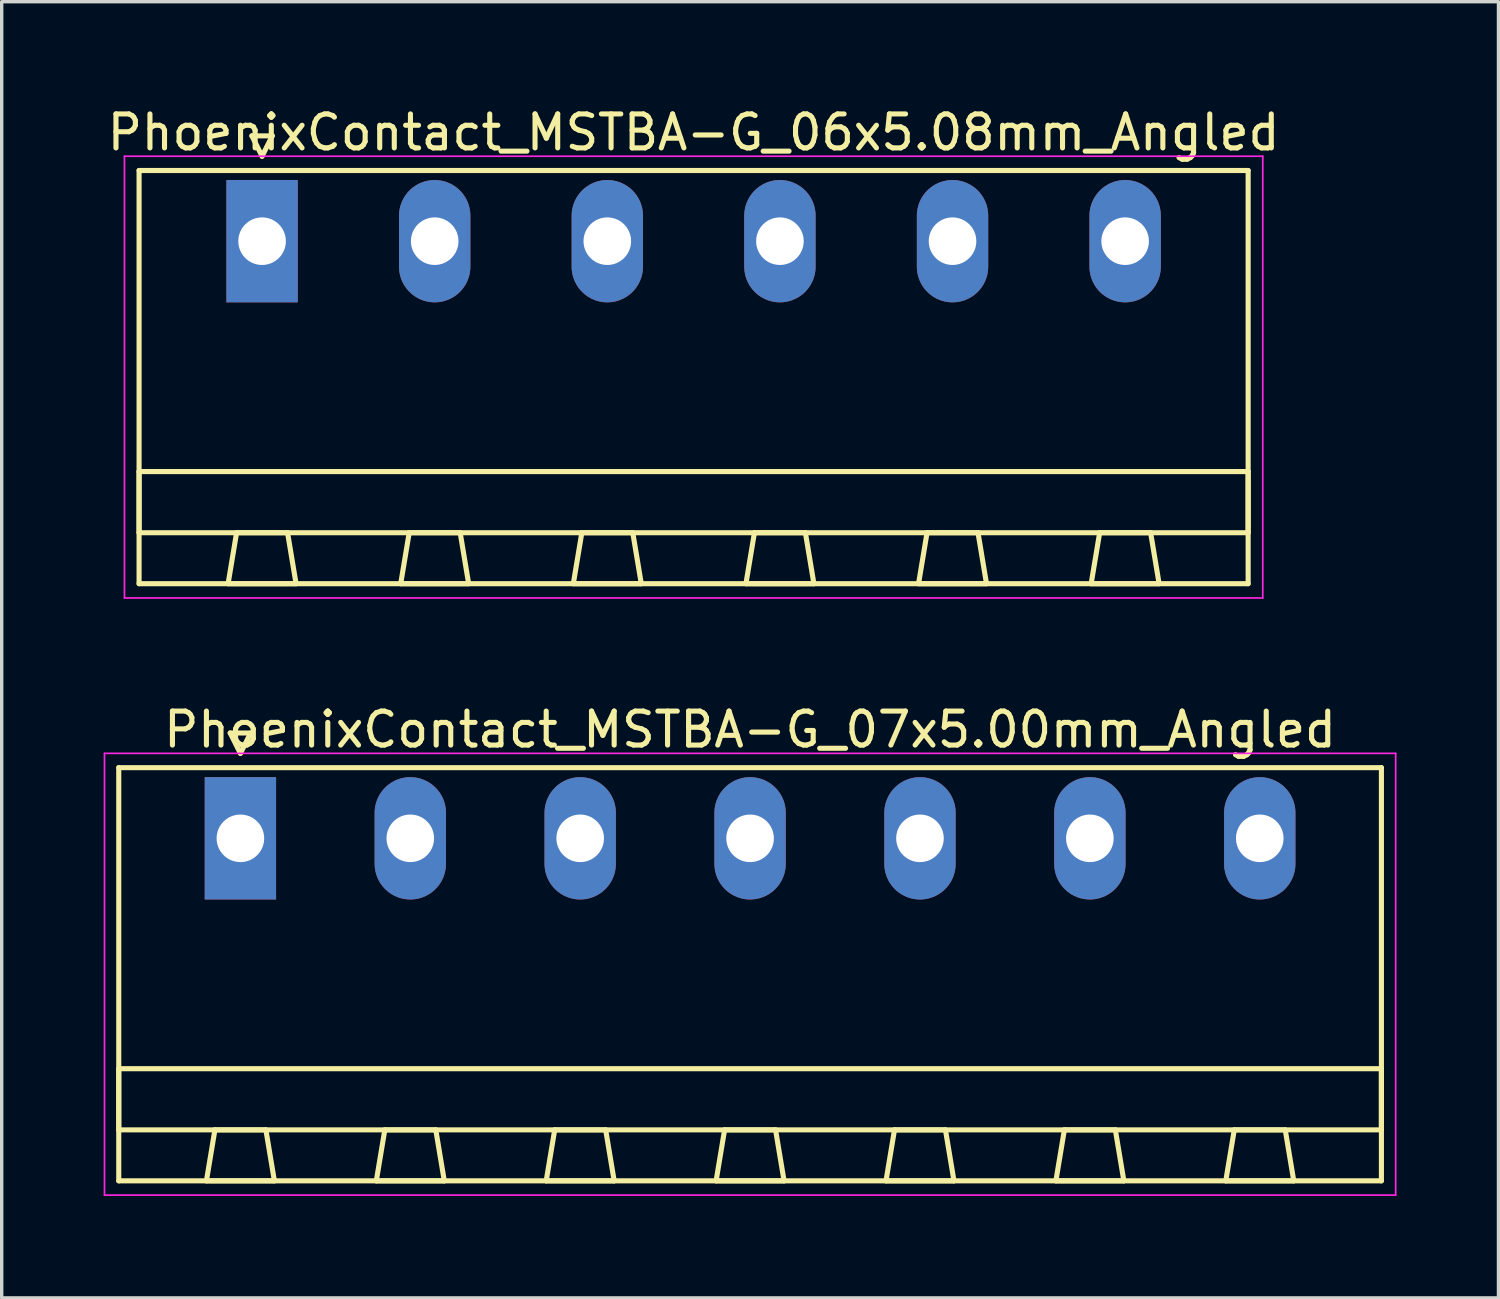
<source format=kicad_pcb>
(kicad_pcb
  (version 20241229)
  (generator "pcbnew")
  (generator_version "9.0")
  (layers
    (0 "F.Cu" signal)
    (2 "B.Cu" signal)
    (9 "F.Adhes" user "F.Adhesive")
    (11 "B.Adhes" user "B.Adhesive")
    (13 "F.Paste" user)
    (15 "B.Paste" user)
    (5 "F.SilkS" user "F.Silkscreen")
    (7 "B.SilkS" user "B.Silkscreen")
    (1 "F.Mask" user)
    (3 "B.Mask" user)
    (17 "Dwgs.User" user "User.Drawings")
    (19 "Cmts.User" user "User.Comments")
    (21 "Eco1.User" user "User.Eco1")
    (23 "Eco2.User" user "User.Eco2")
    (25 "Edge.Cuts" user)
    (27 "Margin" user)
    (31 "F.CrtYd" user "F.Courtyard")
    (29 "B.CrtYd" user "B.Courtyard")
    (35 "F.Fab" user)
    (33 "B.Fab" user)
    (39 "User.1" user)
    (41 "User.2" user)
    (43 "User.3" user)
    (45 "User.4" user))
  (footprint "PhoenixContact_MSTBA-G_07x5.00mm_Angled"
    (layer "F.Cu")
    (at 4.025 21.622)
    (property "Reference" "PhoenixContact_MSTBA-G_07x5.00mm_Angled" (at 15 -3.2 0) (layer "F.SilkS") (effects (font (size 1 1) (thickness 0.15))))
    (attr through_hole)
    (fp_line (start -3.58 -2.08) (end -3.58 10.08) (stroke (width 0.15) (type solid)) (layer "F.SilkS"))
    (fp_line (start -3.58 6.78) (end 33.58 6.78) (stroke (width 0.15) (type solid)) (layer "F.SilkS"))
    (fp_line (start -3.58 8.58) (end -3.58 6.78) (stroke (width 0.15) (type solid)) (layer "F.SilkS"))
    (fp_line (start -3.58 10.08) (end 33.58 10.08) (stroke (width 0.15) (type solid)) (layer "F.SilkS"))
    (fp_line (start -1 10.08) (end 1 10.08) (stroke (width 0.15) (type solid)) (layer "F.SilkS"))
    (fp_line (start -0.75 8.58) (end -1 10.08) (stroke (width 0.15) (type solid)) (layer "F.SilkS"))
    (fp_line (start -0.3 -3.1) (end 0 -2.5) (stroke (width 0.15) (type solid)) (layer "F.SilkS"))
    (fp_line (start 0 -2.5) (end 0.3 -3.1) (stroke (width 0.15) (type solid)) (layer "F.SilkS"))
    (fp_line (start 0.3 -3.1) (end -0.3 -3.1) (stroke (width 0.15) (type solid)) (layer "F.SilkS"))
    (fp_line (start 0.75 8.58) (end -0.75 8.58) (stroke (width 0.15) (type solid)) (layer "F.SilkS"))
    (fp_line (start 1 10.08) (end 0.75 8.58) (stroke (width 0.15) (type solid)) (layer "F.SilkS"))
    (fp_line (start 4 10.08) (end 6 10.08) (stroke (width 0.15) (type solid)) (layer "F.SilkS"))
    (fp_line (start 4.25 8.58) (end 4 10.08) (stroke (width 0.15) (type solid)) (layer "F.SilkS"))
    (fp_line (start 5.75 8.58) (end 4.25 8.58) (stroke (width 0.15) (type solid)) (layer "F.SilkS"))
    (fp_line (start 6 10.08) (end 5.75 8.58) (stroke (width 0.15) (type solid)) (layer "F.SilkS"))
    (fp_line (start 9 10.08) (end 11 10.08) (stroke (width 0.15) (type solid)) (layer "F.SilkS"))
    (fp_line (start 9.25 8.58) (end 9 10.08) (stroke (width 0.15) (type solid)) (layer "F.SilkS"))
    (fp_line (start 10.75 8.58) (end 9.25 8.58) (stroke (width 0.15) (type solid)) (layer "F.SilkS"))
    (fp_line (start 11 10.08) (end 10.75 8.58) (stroke (width 0.15) (type solid)) (layer "F.SilkS"))
    (fp_line (start 14 10.08) (end 16 10.08) (stroke (width 0.15) (type solid)) (layer "F.SilkS"))
    (fp_line (start 14.25 8.58) (end 14 10.08) (stroke (width 0.15) (type solid)) (layer "F.SilkS"))
    (fp_line (start 15.75 8.58) (end 14.25 8.58) (stroke (width 0.15) (type solid)) (layer "F.SilkS"))
    (fp_line (start 16 10.08) (end 15.75 8.58) (stroke (width 0.15) (type solid)) (layer "F.SilkS"))
    (fp_line (start 19 10.08) (end 21 10.08) (stroke (width 0.15) (type solid)) (layer "F.SilkS"))
    (fp_line (start 19.25 8.58) (end 19 10.08) (stroke (width 0.15) (type solid)) (layer "F.SilkS"))
    (fp_line (start 20.75 8.58) (end 19.25 8.58) (stroke (width 0.15) (type solid)) (layer "F.SilkS"))
    (fp_line (start 21 10.08) (end 20.75 8.58) (stroke (width 0.15) (type solid)) (layer "F.SilkS"))
    (fp_line (start 24 10.08) (end 26 10.08) (stroke (width 0.15) (type solid)) (layer "F.SilkS"))
    (fp_line (start 24.25 8.58) (end 24 10.08) (stroke (width 0.15) (type solid)) (layer "F.SilkS"))
    (fp_line (start 25.75 8.58) (end 24.25 8.58) (stroke (width 0.15) (type solid)) (layer "F.SilkS"))
    (fp_line (start 26 10.08) (end 25.75 8.58) (stroke (width 0.15) (type solid)) (layer "F.SilkS"))
    (fp_line (start 29 10.08) (end 31 10.08) (stroke (width 0.15) (type solid)) (layer "F.SilkS"))
    (fp_line (start 29.25 8.58) (end 29 10.08) (stroke (width 0.15) (type solid)) (layer "F.SilkS"))
    (fp_line (start 30.75 8.58) (end 29.25 8.58) (stroke (width 0.15) (type solid)) (layer "F.SilkS"))
    (fp_line (start 31 10.08) (end 30.75 8.58) (stroke (width 0.15) (type solid)) (layer "F.SilkS"))
    (fp_line (start 33.58 -2.08) (end -3.58 -2.08) (stroke (width 0.15) (type solid)) (layer "F.SilkS"))
    (fp_line (start 33.58 6.78) (end 33.58 8.58) (stroke (width 0.15) (type solid)) (layer "F.SilkS"))
    (fp_line (start 33.58 8.58) (end -3.58 8.58) (stroke (width 0.15) (type solid)) (layer "F.SilkS"))
    (fp_line (start 33.58 10.08) (end 33.58 -2.08) (stroke (width 0.15) (type solid)) (layer "F.SilkS"))
    (fp_line (start -4 -2.5) (end -4 10.5) (stroke (width 0.05) (type solid)) (layer "F.CrtYd"))
    (fp_line (start -4 10.5) (end 34 10.5) (stroke (width 0.05) (type solid)) (layer "F.CrtYd"))
    (fp_line (start 34 -2.5) (end -4 -2.5) (stroke (width 0.05) (type solid)) (layer "F.CrtYd"))
    (fp_line (start 34 10.5) (end 34 -2.5) (stroke (width 0.05) (type solid)) (layer "F.CrtYd"))
    (pad "1" thru_hole rect (at 0 0) (size 2.1 3.6) (drill 1.4) (layers "*.Cu" "*.Mask"))
    (pad "2" thru_hole oval (at 5 0) (size 2.1 3.6) (drill 1.4) (layers "*.Cu" "*.Mask"))
    (pad "3" thru_hole oval (at 10 0) (size 2.1 3.6) (drill 1.4) (layers "*.Cu" "*.Mask"))
    (pad "4" thru_hole oval (at 15 0) (size 2.1 3.6) (drill 1.4) (layers "*.Cu" "*.Mask"))
    (pad "5" thru_hole oval (at 20 0) (size 2.1 3.6) (drill 1.4) (layers "*.Cu" "*.Mask"))
    (pad "6" thru_hole oval (at 25 0) (size 2.1 3.6) (drill 1.4) (layers "*.Cu" "*.Mask"))
    (pad "7" thru_hole oval (at 30 0) (size 2.1 3.6) (drill 1.4) (layers "*.Cu" "*.Mask")))
  (footprint "PhoenixContact_MSTBA-G_06x5.08mm_Angled"
    (layer "F.Cu")
    (at 4.663 4.048)
    (property "Reference" "PhoenixContact_MSTBA-G_06x5.08mm_Angled" (at 12.7 -3.2 0) (layer "F.SilkS") (effects (font (size 1 1) (thickness 0.15))))
    (attr through_hole)
    (fp_line (start -3.62 -2.08) (end -3.62 10.08) (stroke (width 0.15) (type solid)) (layer "F.SilkS"))
    (fp_line (start -3.62 6.78) (end 29.02 6.78) (stroke (width 0.15) (type solid)) (layer "F.SilkS"))
    (fp_line (start -3.62 8.58) (end -3.62 6.78) (stroke (width 0.15) (type solid)) (layer "F.SilkS"))
    (fp_line (start -3.62 10.08) (end 29.02 10.08) (stroke (width 0.15) (type solid)) (layer "F.SilkS"))
    (fp_line (start -1 10.08) (end 1 10.08) (stroke (width 0.15) (type solid)) (layer "F.SilkS"))
    (fp_line (start -0.75 8.58) (end -1 10.08) (stroke (width 0.15) (type solid)) (layer "F.SilkS"))
    (fp_line (start -0.3 -3.1) (end 0 -2.5) (stroke (width 0.15) (type solid)) (layer "F.SilkS"))
    (fp_line (start 0 -2.5) (end 0.3 -3.1) (stroke (width 0.15) (type solid)) (layer "F.SilkS"))
    (fp_line (start 0.3 -3.1) (end -0.3 -3.1) (stroke (width 0.15) (type solid)) (layer "F.SilkS"))
    (fp_line (start 0.75 8.58) (end -0.75 8.58) (stroke (width 0.15) (type solid)) (layer "F.SilkS"))
    (fp_line (start 1 10.08) (end 0.75 8.58) (stroke (width 0.15) (type solid)) (layer "F.SilkS"))
    (fp_line (start 4.08 10.08) (end 6.08 10.08) (stroke (width 0.15) (type solid)) (layer "F.SilkS"))
    (fp_line (start 4.33 8.58) (end 4.08 10.08) (stroke (width 0.15) (type solid)) (layer "F.SilkS"))
    (fp_line (start 5.83 8.58) (end 4.33 8.58) (stroke (width 0.15) (type solid)) (layer "F.SilkS"))
    (fp_line (start 6.08 10.08) (end 5.83 8.58) (stroke (width 0.15) (type solid)) (layer "F.SilkS"))
    (fp_line (start 9.16 10.08) (end 11.16 10.08) (stroke (width 0.15) (type solid)) (layer "F.SilkS"))
    (fp_line (start 9.41 8.58) (end 9.16 10.08) (stroke (width 0.15) (type solid)) (layer "F.SilkS"))
    (fp_line (start 10.91 8.58) (end 9.41 8.58) (stroke (width 0.15) (type solid)) (layer "F.SilkS"))
    (fp_line (start 11.16 10.08) (end 10.91 8.58) (stroke (width 0.15) (type solid)) (layer "F.SilkS"))
    (fp_line (start 14.24 10.08) (end 16.24 10.08) (stroke (width 0.15) (type solid)) (layer "F.SilkS"))
    (fp_line (start 14.49 8.58) (end 14.24 10.08) (stroke (width 0.15) (type solid)) (layer "F.SilkS"))
    (fp_line (start 15.99 8.58) (end 14.49 8.58) (stroke (width 0.15) (type solid)) (layer "F.SilkS"))
    (fp_line (start 16.24 10.08) (end 15.99 8.58) (stroke (width 0.15) (type solid)) (layer "F.SilkS"))
    (fp_line (start 19.32 10.08) (end 21.32 10.08) (stroke (width 0.15) (type solid)) (layer "F.SilkS"))
    (fp_line (start 19.57 8.58) (end 19.32 10.08) (stroke (width 0.15) (type solid)) (layer "F.SilkS"))
    (fp_line (start 21.07 8.58) (end 19.57 8.58) (stroke (width 0.15) (type solid)) (layer "F.SilkS"))
    (fp_line (start 21.32 10.08) (end 21.07 8.58) (stroke (width 0.15) (type solid)) (layer "F.SilkS"))
    (fp_line (start 24.4 10.08) (end 26.4 10.08) (stroke (width 0.15) (type solid)) (layer "F.SilkS"))
    (fp_line (start 24.65 8.58) (end 24.4 10.08) (stroke (width 0.15) (type solid)) (layer "F.SilkS"))
    (fp_line (start 26.15 8.58) (end 24.65 8.58) (stroke (width 0.15) (type solid)) (layer "F.SilkS"))
    (fp_line (start 26.4 10.08) (end 26.15 8.58) (stroke (width 0.15) (type solid)) (layer "F.SilkS"))
    (fp_line (start 29.02 -2.08) (end -3.62 -2.08) (stroke (width 0.15) (type solid)) (layer "F.SilkS"))
    (fp_line (start 29.02 6.78) (end 29.02 8.58) (stroke (width 0.15) (type solid)) (layer "F.SilkS"))
    (fp_line (start 29.02 8.58) (end -3.62 8.58) (stroke (width 0.15) (type solid)) (layer "F.SilkS"))
    (fp_line (start 29.02 10.08) (end 29.02 -2.08) (stroke (width 0.15) (type solid)) (layer "F.SilkS"))
    (fp_line (start -4.05 -2.5) (end -4.05 10.5) (stroke (width 0.05) (type solid)) (layer "F.CrtYd"))
    (fp_line (start -4.05 10.5) (end 29.45 10.5) (stroke (width 0.05) (type solid)) (layer "F.CrtYd"))
    (fp_line (start 29.45 -2.5) (end -4.05 -2.5) (stroke (width 0.05) (type solid)) (layer "F.CrtYd"))
    (fp_line (start 29.45 10.5) (end 29.45 -2.5) (stroke (width 0.05) (type solid)) (layer "F.CrtYd"))
    (pad "1" thru_hole rect (at 0 0) (size 2.1 3.6) (drill 1.4) (layers "*.Cu" "*.Mask"))
    (pad "2" thru_hole oval (at 5.08 0) (size 2.1 3.6) (drill 1.4) (layers "*.Cu" "*.Mask"))
    (pad "3" thru_hole oval (at 10.16 0) (size 2.1 3.6) (drill 1.4) (layers "*.Cu" "*.Mask"))
    (pad "4" thru_hole oval (at 15.24 0) (size 2.1 3.6) (drill 1.4) (layers "*.Cu" "*.Mask"))
    (pad "5" thru_hole oval (at 20.32 0) (size 2.1 3.6) (drill 1.4) (layers "*.Cu" "*.Mask"))
    (pad "6" thru_hole oval (at 25.4 0) (size 2.1 3.6) (drill 1.4) (layers "*.Cu" "*.Mask")))
  (gr_rect
    (start -3 -3)
    (end 41.05 35.147)
    (stroke (width 0.1) (type default))
    (fill no)
    (layer "Edge.Cuts")))
</source>
